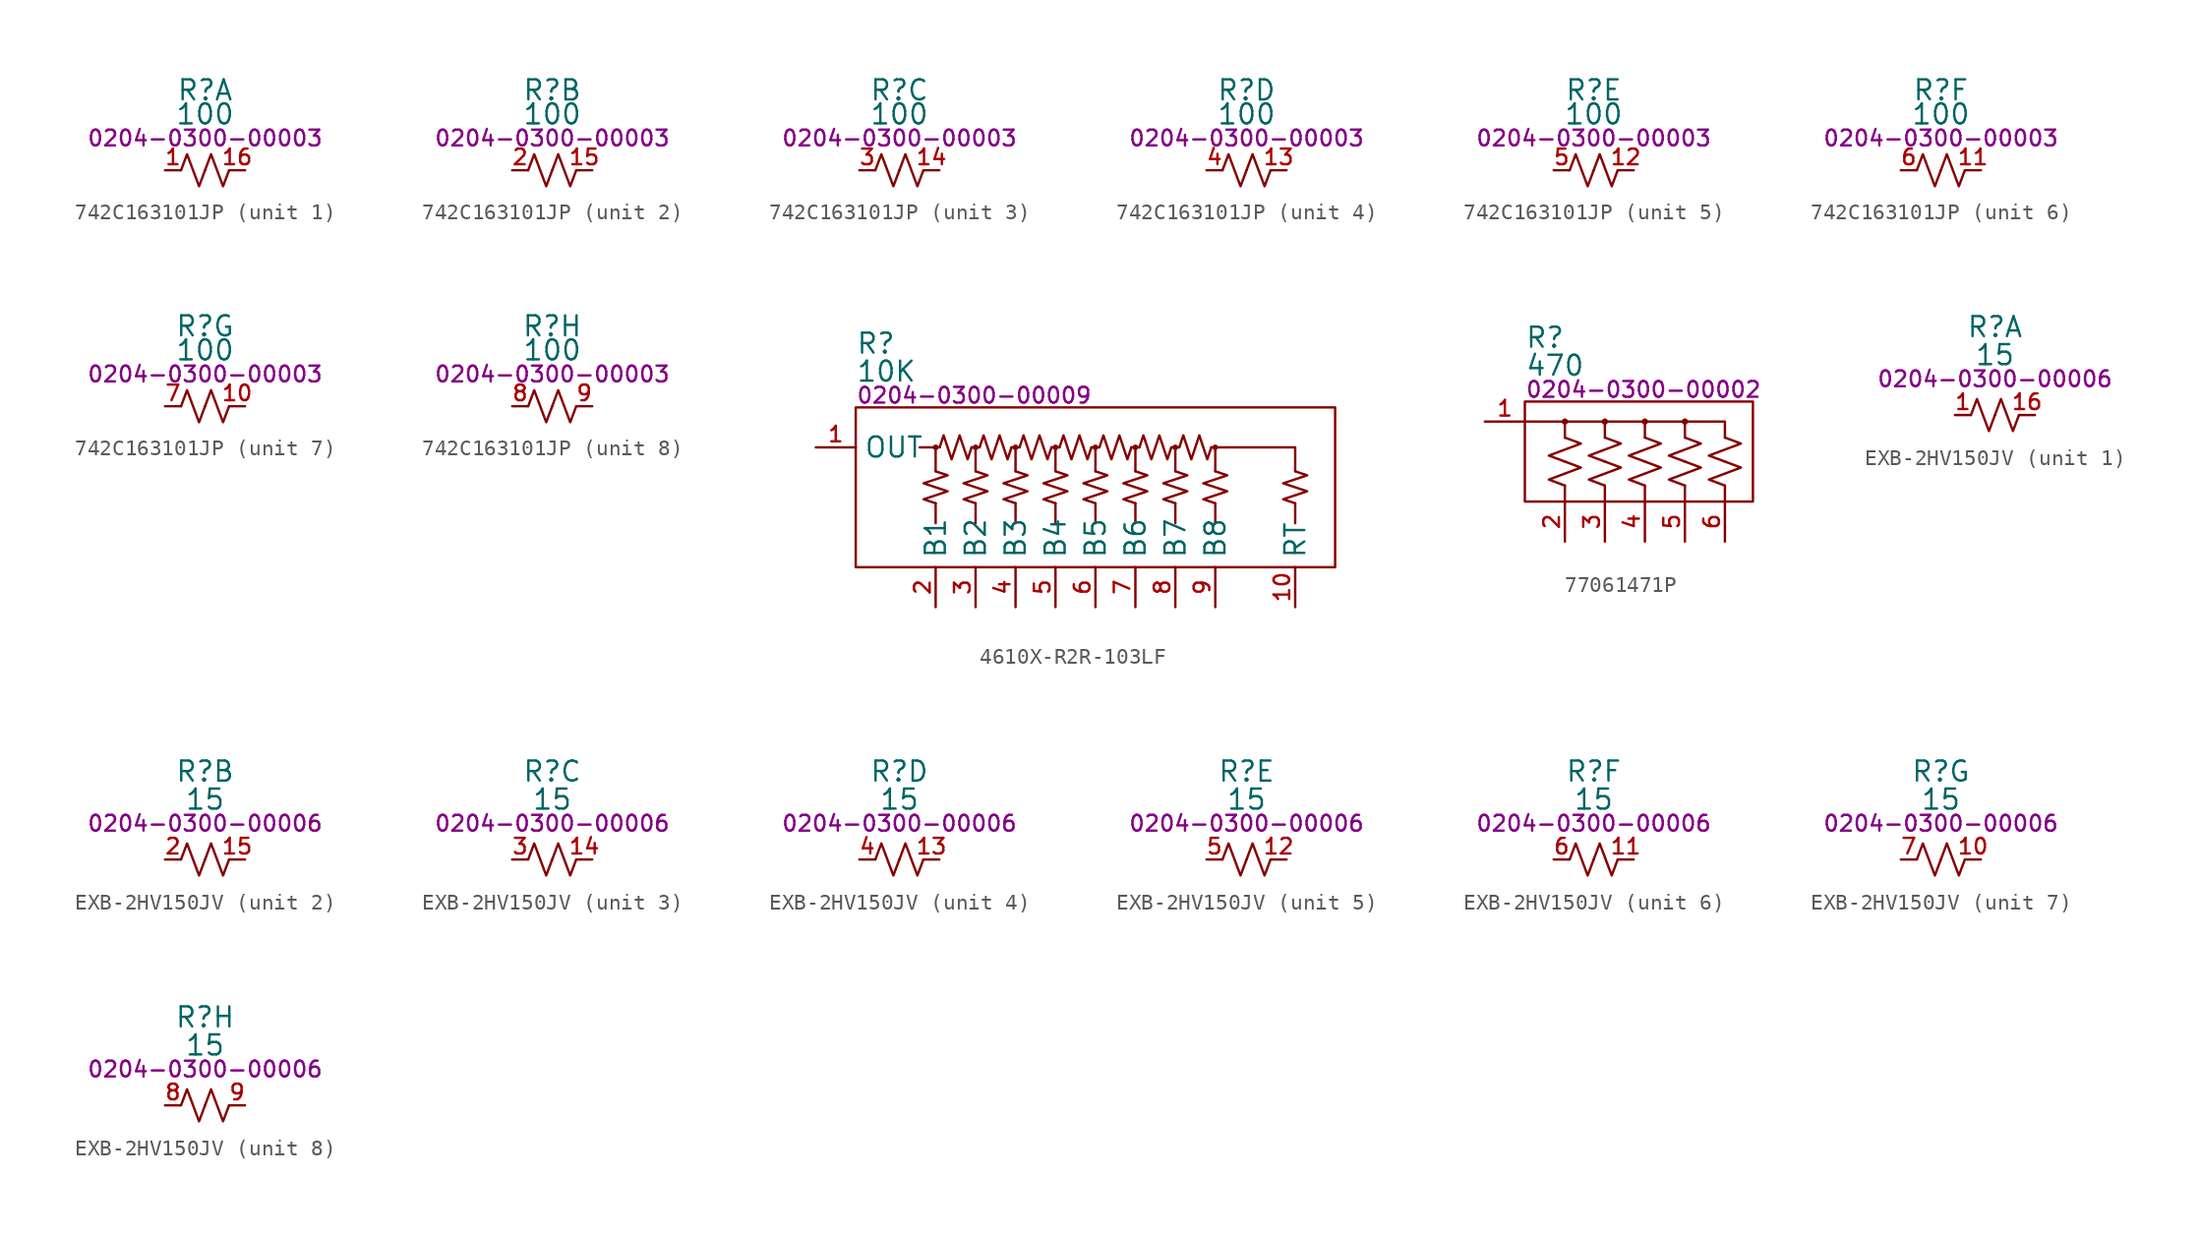
<source format=kicad_sym>
(kicad_symbol_lib
  (version 20231120)
  (generator "kicad_symbol_editor")
  (generator_version "8.0")
  (symbol "742C163101JP"
    (pin_names hide)
    (property "Reference" "R"
      (at 0 5.08 0)
      (effects (font (size 1.27 1.27))))
    (property "Value" "100"
      (at 0 3.556 0)
      (effects (font (size 1.27 1.27))))
    (property "PartNumber" "0204-0300-00003"
      (at 0 2.032 0)
      (effects (font (size 1 1))))
    (property "ki_locked" ""
      (at 0 0 0)
      (effects (font (size 1.27 1.27))))
    (symbol "742C163101JP_0_1"
      (polyline (pts (xy -1.524 0) (xy -1.143 1.016) (xy -0.762 0) (xy -0.381 -1.016) (xy 0 0)) (stroke (width 0) (type default)) (fill (type none)))
      (polyline (pts (xy 0 0) (xy 0.381 1.016) (xy 0.762 0) (xy 1.143 -1.016) (xy 1.524 0)) (stroke (width 0) (type default)) (fill (type none))))
    (symbol "742C163101JP_1_0"
      (pin passive line (at -2.54 0 0) (length 1.01) (name "1A" (effects (font (size 1.27 1.27)))) (number "1" (effects (font (size 0.991 0.991)))))
      (pin passive line (at 2.54 0 180) (length 1.01) (name "1B" (effects (font (size 1.27 1.27)))) (number "16" (effects (font (size 0.991 0.991))))))
    (symbol "742C163101JP_2_0"
      (pin passive line (at 2.54 0 180) (length 1.01) (name "2B" (effects (font (size 1.27 1.27)))) (number "15" (effects (font (size 0.991 0.991)))))
      (pin passive line (at -2.54 0 0) (length 1.01) (name "2A" (effects (font (size 1.27 1.27)))) (number "2" (effects (font (size 0.991 0.991))))))
    (symbol "742C163101JP_3_0"
      (pin passive line (at 2.54 0 180) (length 1.01) (name "3B" (effects (font (size 1.27 1.27)))) (number "14" (effects (font (size 0.991 0.991)))))
      (pin passive line (at -2.54 0 0) (length 1.01) (name "3A" (effects (font (size 1.27 1.27)))) (number "3" (effects (font (size 0.991 0.991))))))
    (symbol "742C163101JP_4_0"
      (pin passive line (at 2.54 0 180) (length 1.01) (name "4B" (effects (font (size 1.27 1.27)))) (number "13" (effects (font (size 0.991 0.991)))))
      (pin passive line (at -2.54 0 0) (length 1.01) (name "4A" (effects (font (size 1.27 1.27)))) (number "4" (effects (font (size 0.991 0.991))))))
    (symbol "742C163101JP_5_0"
      (pin passive line (at 2.54 0 180) (length 1.01) (name "5B" (effects (font (size 1.27 1.27)))) (number "12" (effects (font (size 0.991 0.991)))))
      (pin passive line (at -2.54 0 0) (length 1.01) (name "5A" (effects (font (size 1.27 1.27)))) (number "5" (effects (font (size 0.991 0.991))))))
    (symbol "742C163101JP_6_0"
      (pin passive line (at 2.54 0 180) (length 1.01) (name "6B" (effects (font (size 1.27 1.27)))) (number "11" (effects (font (size 0.991 0.991)))))
      (pin passive line (at -2.54 0 0) (length 1.01) (name "6A" (effects (font (size 1.27 1.27)))) (number "6" (effects (font (size 0.991 0.991))))))
    (symbol "742C163101JP_7_0"
      (pin passive line (at 2.54 0 180) (length 1.01) (name "7B" (effects (font (size 1.27 1.27)))) (number "10" (effects (font (size 0.991 0.991)))))
      (pin passive line (at -2.54 0 0) (length 1.01) (name "7A" (effects (font (size 1.27 1.27)))) (number "7" (effects (font (size 0.991 0.991))))))
    (symbol "742C163101JP_8_0"
      (pin passive line (at -2.54 0 0) (length 1.01) (name "8A" (effects (font (size 1.27 1.27)))) (number "8" (effects (font (size 0.991 0.991)))))
      (pin passive line (at 2.54 0 180) (length 1.01) (name "8B" (effects (font (size 1.27 1.27)))) (number "9" (effects (font (size 0.991 0.991)))))))
  (symbol "4610X-R2R-103LF"
    (property "Reference" "R"
      (at 0 4.064 0)
      (effects (font (size 1.27 1.27)) (justify left)))
    (property "Value" "10K"
      (at 0 2.286 0)
      (effects (font (size 1.27 1.27)) (justify left)))
    (property "PartNumber" "0204-0300-00009"
      (at 0 0.762 0)
      (effects (font (size 1 1)) (justify left)))
    (symbol "4610X-R2R-103LF_0_0"
      (pin passive line (at -2.54 -2.54 0) (length 2.54) (name "OUT" (effects (font (size 1.27 1.27)))) (number "1" (effects (font (size 0.991 0.991)))))
      (pin passive line (at 27.94 -12.7 90) (length 2.54) (name "RT" (effects (font (size 1.27 1.27)))) (number "10" (effects (font (size 0.991 0.991)))))
      (pin passive line (at 5.08 -12.7 90) (length 2.54) (name "B1" (effects (font (size 1.27 1.27)))) (number "2" (effects (font (size 0.991 0.991)))))
      (pin passive line (at 7.62 -12.7 90) (length 2.54) (name "B2" (effects (font (size 1.27 1.27)))) (number "3" (effects (font (size 0.991 0.991)))))
      (pin passive line (at 10.16 -12.7 90) (length 2.54) (name "B3" (effects (font (size 1.27 1.27)))) (number "4" (effects (font (size 0.991 0.991)))))
      (pin passive line (at 12.7 -12.7 90) (length 2.54) (name "B4" (effects (font (size 1.27 1.27)))) (number "5" (effects (font (size 0.991 0.991)))))
      (pin passive line (at 15.24 -12.7 90) (length 2.54) (name "B5" (effects (font (size 1.27 1.27)))) (number "6" (effects (font (size 0.991 0.991)))))
      (pin passive line (at 17.78 -12.7 90) (length 2.54) (name "B6" (effects (font (size 1.27 1.27)))) (number "7" (effects (font (size 0.991 0.991)))))
      (pin passive line (at 20.32 -12.7 90) (length 2.54) (name "B7" (effects (font (size 1.27 1.27)))) (number "8" (effects (font (size 0.991 0.991)))))
      (pin passive line (at 22.86 -12.7 90) (length 2.54) (name "B8" (effects (font (size 1.27 1.27)))) (number "9" (effects (font (size 0.991 0.991))))))
    (symbol "4610X-R2R-103LF_0_1"
      (polyline (pts (xy 5.08 -6.096) (xy 5.08 -7.366)) (stroke (width 0) (type default)) (fill (type none)))
      (polyline (pts (xy 5.08 -2.54) (xy 4.064 -2.54)) (stroke (width 0) (type default)) (fill (type none)))
      (polyline (pts (xy 7.366 -2.54) (xy 7.874 -2.54)) (stroke (width 0) (type default)) (fill (type none)))
      (polyline (pts (xy 7.62 -6.096) (xy 7.62 -7.366)) (stroke (width 0) (type default)) (fill (type none)))
      (polyline (pts (xy 7.62 -4.064) (xy 7.62 -2.54)) (stroke (width 0) (type default)) (fill (type none)))
      (polyline (pts (xy 9.906 -2.54) (xy 10.414 -2.54)) (stroke (width 0) (type default)) (fill (type none)))
      (polyline (pts (xy 10.16 -6.096) (xy 10.16 -7.366)) (stroke (width 0) (type default)) (fill (type none)))
      (polyline (pts (xy 10.16 -4.064) (xy 10.16 -2.54)) (stroke (width 0) (type default)) (fill (type none)))
      (polyline (pts (xy 12.446 -2.54) (xy 12.954 -2.54)) (stroke (width 0) (type default)) (fill (type none)))
      (polyline (pts (xy 12.7 -6.096) (xy 12.7 -7.366)) (stroke (width 0) (type default)) (fill (type none)))
      (polyline (pts (xy 12.7 -4.064) (xy 12.7 -2.54)) (stroke (width 0) (type default)) (fill (type none)))
      (polyline (pts (xy 14.986 -2.54) (xy 15.494 -2.54)) (stroke (width 0) (type default)) (fill (type none)))
      (polyline (pts (xy 15.24 -6.096) (xy 15.24 -7.366)) (stroke (width 0) (type default)) (fill (type none)))
      (polyline (pts (xy 15.24 -4.064) (xy 15.24 -2.54)) (stroke (width 0) (type default)) (fill (type none)))
      (polyline (pts (xy 17.526 -2.54) (xy 18.034 -2.54)) (stroke (width 0) (type default)) (fill (type none)))
      (polyline (pts (xy 17.78 -6.096) (xy 17.78 -7.366)) (stroke (width 0) (type default)) (fill (type none)))
      (polyline (pts (xy 17.78 -4.064) (xy 17.78 -2.54)) (stroke (width 0) (type default)) (fill (type none)))
      (polyline (pts (xy 20.066 -2.54) (xy 20.574 -2.54)) (stroke (width 0) (type default)) (fill (type none)))
      (polyline (pts (xy 20.32 -6.096) (xy 20.32 -7.366)) (stroke (width 0) (type default)) (fill (type none)))
      (polyline (pts (xy 20.32 -4.064) (xy 20.32 -2.54)) (stroke (width 0) (type default)) (fill (type none)))
      (polyline (pts (xy 22.86 -6.096) (xy 22.86 -7.366)) (stroke (width 0) (type default)) (fill (type none)))
      (polyline (pts (xy 22.86 -4.064) (xy 22.86 -2.54)) (stroke (width 0) (type default)) (fill (type none)))
      (polyline (pts (xy 27.94 -6.096) (xy 27.94 -7.366)) (stroke (width 0) (type default)) (fill (type none)))
      (polyline (pts (xy 5.08 -4.064) (xy 5.08 -2.54) (xy 5.334 -2.54)) (stroke (width 0) (type default)) (fill (type none)))
      (polyline (pts (xy 22.606 -2.54) (xy 27.94 -2.54) (xy 27.94 -4.064)) (stroke (width 0) (type default)) (fill (type none)))
      (polyline (pts (xy 5.08 -4.064) (xy 5.842 -4.318) (xy 4.318 -4.826) (xy 5.842 -5.334) (xy 4.318 -5.842) (xy 5.08 -6.096)) (stroke (width 0) (type default)) (fill (type none)))
      (polyline (pts (xy 5.334 -2.54) (xy 5.588 -1.778) (xy 6.096 -3.302) (xy 6.604 -1.778) (xy 7.112 -3.302) (xy 7.366 -2.54)) (stroke (width 0) (type default)) (fill (type none)))
      (polyline (pts (xy 7.62 -4.064) (xy 8.382 -4.318) (xy 6.858 -4.826) (xy 8.382 -5.334) (xy 6.858 -5.842) (xy 7.62 -6.096)) (stroke (width 0) (type default)) (fill (type none)))
      (polyline (pts (xy 7.874 -2.54) (xy 8.128 -1.778) (xy 8.636 -3.302) (xy 9.144 -1.778) (xy 9.652 -3.302) (xy 9.906 -2.54)) (stroke (width 0) (type default)) (fill (type none)))
      (polyline (pts (xy 10.16 -4.064) (xy 10.922 -4.318) (xy 9.398 -4.826) (xy 10.922 -5.334) (xy 9.398 -5.842) (xy 10.16 -6.096)) (stroke (width 0) (type default)) (fill (type none)))
      (polyline (pts (xy 10.414 -2.54) (xy 10.668 -1.778) (xy 11.176 -3.302) (xy 11.684 -1.778) (xy 12.192 -3.302) (xy 12.446 -2.54)) (stroke (width 0) (type default)) (fill (type none)))
      (polyline (pts (xy 12.7 -4.064) (xy 13.462 -4.318) (xy 11.938 -4.826) (xy 13.462 -5.334) (xy 11.938 -5.842) (xy 12.7 -6.096)) (stroke (width 0) (type default)) (fill (type none)))
      (polyline (pts (xy 12.954 -2.54) (xy 13.208 -1.778) (xy 13.716 -3.302) (xy 14.224 -1.778) (xy 14.732 -3.302) (xy 14.986 -2.54)) (stroke (width 0) (type default)) (fill (type none)))
      (polyline (pts (xy 15.24 -4.064) (xy 16.002 -4.318) (xy 14.478 -4.826) (xy 16.002 -5.334) (xy 14.478 -5.842) (xy 15.24 -6.096)) (stroke (width 0) (type default)) (fill (type none)))
      (polyline (pts (xy 15.494 -2.54) (xy 15.748 -1.778) (xy 16.256 -3.302) (xy 16.764 -1.778) (xy 17.272 -3.302) (xy 17.526 -2.54)) (stroke (width 0) (type default)) (fill (type none)))
      (polyline (pts (xy 17.78 -4.064) (xy 18.542 -4.318) (xy 17.018 -4.826) (xy 18.542 -5.334) (xy 17.018 -5.842) (xy 17.78 -6.096)) (stroke (width 0) (type default)) (fill (type none)))
      (polyline (pts (xy 18.034 -2.54) (xy 18.288 -1.778) (xy 18.796 -3.302) (xy 19.304 -1.778) (xy 19.812 -3.302) (xy 20.066 -2.54)) (stroke (width 0) (type default)) (fill (type none)))
      (polyline (pts (xy 20.32 -4.064) (xy 21.082 -4.318) (xy 19.558 -4.826) (xy 21.082 -5.334) (xy 19.558 -5.842) (xy 20.32 -6.096)) (stroke (width 0) (type default)) (fill (type none)))
      (polyline (pts (xy 20.574 -2.54) (xy 20.828 -1.778) (xy 21.336 -3.302) (xy 21.844 -1.778) (xy 22.352 -3.302) (xy 22.606 -2.54)) (stroke (width 0) (type default)) (fill (type none)))
      (polyline (pts (xy 22.86 -4.064) (xy 23.622 -4.318) (xy 22.098 -4.826) (xy 23.622 -5.334) (xy 22.098 -5.842) (xy 22.86 -6.096)) (stroke (width 0) (type default)) (fill (type none)))
      (polyline (pts (xy 27.94 -6.096) (xy 27.178 -5.842) (xy 28.702 -5.334) (xy 27.178 -4.826) (xy 28.702 -4.318) (xy 27.94 -4.064)) (stroke (width 0) (type default)) (fill (type none)))
      (rectangle (start 0 0) (end 30.48 -10.16) (stroke (width 0) (type default)) (fill (type none)))
      (circle (center 5.08 -2.54) (radius 0.104) (stroke (width 0) (type default)) (fill (type none)))
      (circle (center 7.62 -2.54) (radius 0.104) (stroke (width 0) (type default)) (fill (type none)))
      (circle (center 10.16 -2.54) (radius 0.104) (stroke (width 0) (type default)) (fill (type none)))
      (circle (center 12.7 -2.54) (radius 0.104) (stroke (width 0) (type default)) (fill (type none)))
      (circle (center 15.24 -2.54) (radius 0.104) (stroke (width 0) (type default)) (fill (type none)))
      (circle (center 17.78 -2.54) (radius 0.104) (stroke (width 0) (type default)) (fill (type none)))
      (circle (center 20.32 -2.54) (radius 0.104) (stroke (width 0) (type default)) (fill (type none)))
      (circle (center 22.86 -2.54) (radius 0.104) (stroke (width 0) (type default)) (fill (type none)))))
  (symbol "77061471P"
    (pin_names hide)
    (property "Reference" "R"
      (at 0 2.794 0)
      (effects (font (size 1.27 1.27)) (justify left)))
    (property "Value" "470"
      (at 0 1.016 0)
      (effects (font (size 1.27 1.27)) (justify left)))
    (property "PartNumber" "0204-0300-00002"
      (at 0 -0.508 0)
      (effects (font (size 1 1)) (justify left)))
    (symbol "77061471P_0_0"
      (pin passive line (at -2.54 -2.54 0) (length 2.54) (name "COM" (effects (font (size 1.27 1.27)))) (number "1" (effects (font (size 0.991 0.991)))))
      (pin passive line (at 2.54 -10.16 90) (length 2.54) (name "R1" (effects (font (size 1.27 1.27)))) (number "2" (effects (font (size 0.991 0.991)))))
      (pin passive line (at 5.08 -10.16 90) (length 2.54) (name "R2" (effects (font (size 1.27 1.27)))) (number "3" (effects (font (size 0.991 0.991)))))
      (pin passive line (at 7.62 -10.16 90) (length 2.54) (name "R3" (effects (font (size 1.27 1.27)))) (number "4" (effects (font (size 0.991 0.991)))))
      (pin passive line (at 10.16 -10.16 90) (length 2.54) (name "R4" (effects (font (size 1.27 1.27)))) (number "5" (effects (font (size 0.991 0.991)))))
      (pin passive line (at 12.7 -10.16 90) (length 2.54) (name "R5" (effects (font (size 1.27 1.27)))) (number "6" (effects (font (size 0.991 0.991))))))
    (symbol "77061471P_0_1"
      (rectangle (start 0 -1.27) (end 14.478 -7.62) (stroke (width 0) (type default)) (fill (type none)))
      (polyline (pts (xy 2.54 -6.604) (xy 2.54 -7.62)) (stroke (width 0) (type default)) (fill (type none)))
      (polyline (pts (xy 2.54 -3.556) (xy 2.54 -2.54)) (stroke (width 0) (type default)) (fill (type none)))
      (polyline (pts (xy 5.08 -6.604) (xy 5.08 -7.62)) (stroke (width 0) (type default)) (fill (type none)))
      (polyline (pts (xy 5.08 -3.556) (xy 5.08 -2.54)) (stroke (width 0) (type default)) (fill (type none)))
      (polyline (pts (xy 7.62 -6.604) (xy 7.62 -7.62)) (stroke (width 0) (type default)) (fill (type none)))
      (polyline (pts (xy 7.62 -3.556) (xy 7.62 -2.54)) (stroke (width 0) (type default)) (fill (type none)))
      (polyline (pts (xy 10.16 -6.604) (xy 10.16 -7.62)) (stroke (width 0) (type default)) (fill (type none)))
      (polyline (pts (xy 10.16 -3.556) (xy 10.16 -2.54)) (stroke (width 0) (type default)) (fill (type none)))
      (polyline (pts (xy 12.7 -6.604) (xy 12.7 -7.62)) (stroke (width 0) (type default)) (fill (type none)))
      (polyline (pts (xy 0 -2.54) (xy 12.7 -2.54) (xy 12.7 -3.556)) (stroke (width 0) (type default)) (fill (type none)))
      (polyline (pts (xy 2.54 -6.604) (xy 1.524 -6.223) (xy 2.54 -5.842) (xy 3.556 -5.461) (xy 2.54 -5.08)) (stroke (width 0) (type default)) (fill (type none)))
      (polyline (pts (xy 2.54 -5.08) (xy 1.524 -4.699) (xy 2.54 -4.318) (xy 3.556 -3.937) (xy 2.54 -3.556)) (stroke (width 0) (type default)) (fill (type none)))
      (polyline (pts (xy 5.08 -6.604) (xy 4.064 -6.223) (xy 5.08 -5.842) (xy 6.096 -5.461) (xy 5.08 -5.08)) (stroke (width 0) (type default)) (fill (type none)))
      (polyline (pts (xy 5.08 -5.08) (xy 4.064 -4.699) (xy 5.08 -4.318) (xy 6.096 -3.937) (xy 5.08 -3.556)) (stroke (width 0) (type default)) (fill (type none)))
      (polyline (pts (xy 7.62 -6.604) (xy 6.604 -6.223) (xy 7.62 -5.842) (xy 8.636 -5.461) (xy 7.62 -5.08)) (stroke (width 0) (type default)) (fill (type none)))
      (polyline (pts (xy 7.62 -5.08) (xy 6.604 -4.699) (xy 7.62 -4.318) (xy 8.636 -3.937) (xy 7.62 -3.556)) (stroke (width 0) (type default)) (fill (type none)))
      (polyline (pts (xy 10.16 -6.604) (xy 9.144 -6.223) (xy 10.16 -5.842) (xy 11.176 -5.461) (xy 10.16 -5.08)) (stroke (width 0) (type default)) (fill (type none)))
      (polyline (pts (xy 10.16 -5.08) (xy 9.144 -4.699) (xy 10.16 -4.318) (xy 11.176 -3.937) (xy 10.16 -3.556)) (stroke (width 0) (type default)) (fill (type none)))
      (polyline (pts (xy 12.7 -6.604) (xy 11.684 -6.223) (xy 12.7 -5.842) (xy 13.716 -5.461) (xy 12.7 -5.08)) (stroke (width 0) (type default)) (fill (type none)))
      (polyline (pts (xy 12.7 -5.08) (xy 11.684 -4.699) (xy 12.7 -4.318) (xy 13.716 -3.937) (xy 12.7 -3.556)) (stroke (width 0) (type default)) (fill (type none)))
      (circle (center 2.54 -2.54) (radius 0.125) (stroke (width 0) (type default)) (fill (type none)))
      (circle (center 5.08 -2.54) (radius 0.125) (stroke (width 0) (type default)) (fill (type none)))
      (circle (center 7.62 -2.54) (radius 0.125) (stroke (width 0) (type default)) (fill (type none)))
      (circle (center 10.16 -2.54) (radius 0.125) (stroke (width 0) (type default)) (fill (type none)))))
  (symbol "EXB-2HV150JV"
    (pin_names hide)
    (property "Reference" "R"
      (at 0 5.588 0)
      (effects (font (size 1.27 1.27))))
    (property "Value" "15"
      (at 0 3.81 0)
      (effects (font (size 1.27 1.27))))
    (property "PartNumber" "0204-0300-00006"
      (at 0 2.286 0)
      (effects (font (size 1 1))))
    (property "ki_locked" ""
      (at 0 0 0)
      (effects (font (size 1.27 1.27))))
    (symbol "EXB-2HV150JV_0_1"
      (polyline (pts (xy -1.524 0) (xy -1.143 1.016) (xy -0.762 0) (xy -0.381 -1.016) (xy 0 0)) (stroke (width 0) (type default)) (fill (type none)))
      (polyline (pts (xy 0 0) (xy 0.381 1.016) (xy 0.762 0) (xy 1.143 -1.016) (xy 1.524 0)) (stroke (width 0) (type default)) (fill (type none))))
    (symbol "EXB-2HV150JV_1_0"
      (pin passive line (at -2.54 0 0) (length 1.01) (name "1A" (effects (font (size 1.27 1.27)))) (number "1" (effects (font (size 0.991 0.991)))))
      (pin passive line (at 2.54 0 180) (length 1.01) (name "1B" (effects (font (size 1.27 1.27)))) (number "16" (effects (font (size 0.991 0.991))))))
    (symbol "EXB-2HV150JV_2_0"
      (pin passive line (at 2.54 0 180) (length 1.01) (name "2B" (effects (font (size 1.27 1.27)))) (number "15" (effects (font (size 0.991 0.991)))))
      (pin passive line (at -2.54 0 0) (length 1.01) (name "2A" (effects (font (size 1.27 1.27)))) (number "2" (effects (font (size 0.991 0.991))))))
    (symbol "EXB-2HV150JV_3_0"
      (pin passive line (at 2.54 0 180) (length 1.01) (name "3B" (effects (font (size 1.27 1.27)))) (number "14" (effects (font (size 0.991 0.991)))))
      (pin passive line (at -2.54 0 0) (length 1.01) (name "3A" (effects (font (size 1.27 1.27)))) (number "3" (effects (font (size 0.991 0.991))))))
    (symbol "EXB-2HV150JV_4_0"
      (pin passive line (at 2.54 0 180) (length 1.01) (name "4B" (effects (font (size 1.27 1.27)))) (number "13" (effects (font (size 0.991 0.991)))))
      (pin passive line (at -2.54 0 0) (length 1.01) (name "4A" (effects (font (size 1.27 1.27)))) (number "4" (effects (font (size 0.991 0.991))))))
    (symbol "EXB-2HV150JV_5_0"
      (pin passive line (at 2.54 0 180) (length 1.01) (name "5B" (effects (font (size 1.27 1.27)))) (number "12" (effects (font (size 0.991 0.991)))))
      (pin passive line (at -2.54 0 0) (length 1.01) (name "5A" (effects (font (size 1.27 1.27)))) (number "5" (effects (font (size 0.991 0.991))))))
    (symbol "EXB-2HV150JV_6_0"
      (pin passive line (at 2.54 0 180) (length 1.01) (name "6B" (effects (font (size 1.27 1.27)))) (number "11" (effects (font (size 0.991 0.991)))))
      (pin passive line (at -2.54 0 0) (length 1.01) (name "6A" (effects (font (size 1.27 1.27)))) (number "6" (effects (font (size 0.991 0.991))))))
    (symbol "EXB-2HV150JV_7_0"
      (pin passive line (at 2.54 0 180) (length 1.01) (name "7B" (effects (font (size 1.27 1.27)))) (number "10" (effects (font (size 0.991 0.991)))))
      (pin passive line (at -2.54 0 0) (length 1.01) (name "7A" (effects (font (size 1.27 1.27)))) (number "7" (effects (font (size 0.991 0.991))))))
    (symbol "EXB-2HV150JV_8_0"
      (pin passive line (at -2.54 0 0) (length 1.01) (name "8A" (effects (font (size 1.27 1.27)))) (number "8" (effects (font (size 0.991 0.991)))))
      (pin passive line (at 2.54 0 180) (length 1.01) (name "8B" (effects (font (size 1.27 1.27)))) (number "9" (effects (font (size 0.991 0.991))))))))
</source>
